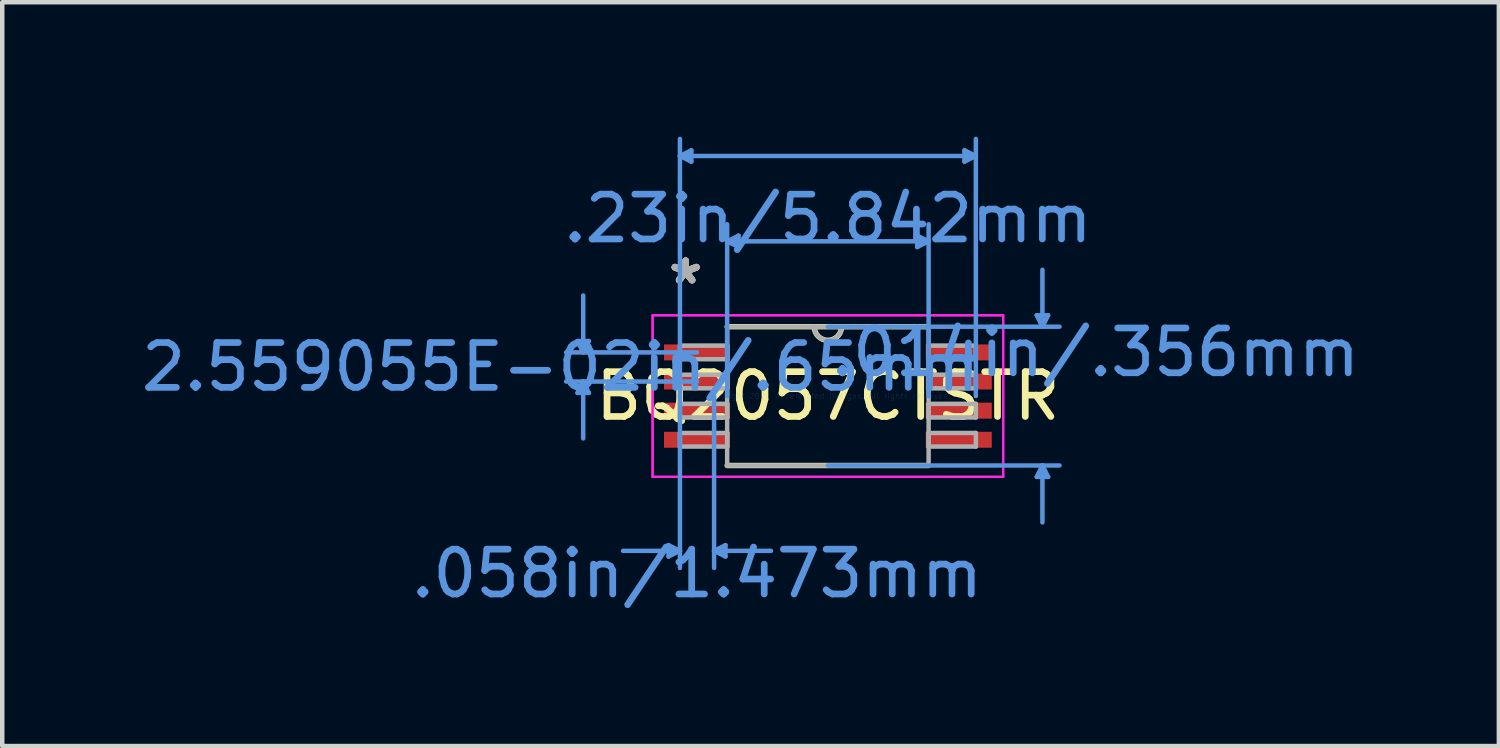
<source format=kicad_pcb>
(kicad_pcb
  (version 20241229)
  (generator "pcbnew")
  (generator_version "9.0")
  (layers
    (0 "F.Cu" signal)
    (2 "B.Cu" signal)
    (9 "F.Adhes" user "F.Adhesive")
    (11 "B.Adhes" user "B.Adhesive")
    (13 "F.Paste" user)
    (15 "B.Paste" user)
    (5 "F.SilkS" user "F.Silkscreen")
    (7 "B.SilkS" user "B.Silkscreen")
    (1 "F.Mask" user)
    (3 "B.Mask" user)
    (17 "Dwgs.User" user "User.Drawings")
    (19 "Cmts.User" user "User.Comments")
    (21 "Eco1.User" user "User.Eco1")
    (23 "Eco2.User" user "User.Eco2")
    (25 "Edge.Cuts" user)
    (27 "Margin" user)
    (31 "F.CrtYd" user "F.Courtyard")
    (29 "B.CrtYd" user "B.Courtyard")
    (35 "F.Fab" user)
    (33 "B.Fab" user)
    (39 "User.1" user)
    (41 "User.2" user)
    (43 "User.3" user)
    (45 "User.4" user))
  (footprint "BQ2057CTSTR"
    (layer "F.Cu")
    (at 15.427 5.79)
    (property "Reference" "BQ2057CTSTR" (at 0 0 0) (layer "F.SilkS") (effects (font (size 1 1) (thickness 0.15))))
    (attr through_hole)
    (fp_line (start -2.248 1.549) (end 2.248 1.549) (stroke (width 0.12) (type solid)) (layer "F.SilkS"))
    (fp_line (start 2.248 -1.549) (end -2.248 -1.549) (stroke (width 0.12) (type solid)) (layer "F.SilkS"))
    (fp_arc (start 0.3048 -1.5494) (mid 0 -1.2446) (end -0.3048 -1.5494) (stroke (width 0.12) (type solid)) (layer "F.SilkS"))
    (fp_line (start -5.588 -1.229) (end -5.334 -1.229) (stroke (width 0.1) (type solid)) (layer "Cmts.User"))
    (fp_line (start -5.588 -0.071) (end -5.334 -0.071) (stroke (width 0.1) (type solid)) (layer "Cmts.User"))
    (fp_line (start -5.461 -0.975) (end -5.588 -1.229) (stroke (width 0.1) (type solid)) (layer "Cmts.User"))
    (fp_line (start -5.461 -0.975) (end -5.461 -2.245) (stroke (width 0.1) (type solid)) (layer "Cmts.User"))
    (fp_line (start -5.461 -0.975) (end -5.334 -1.229) (stroke (width 0.1) (type solid)) (layer "Cmts.User"))
    (fp_line (start -5.461 -0.325) (end -5.588 -0.071) (stroke (width 0.1) (type solid)) (layer "Cmts.User"))
    (fp_line (start -5.461 -0.325) (end -5.461 0.945) (stroke (width 0.1) (type solid)) (layer "Cmts.User"))
    (fp_line (start -5.461 -0.325) (end -5.334 -0.071) (stroke (width 0.1) (type solid)) (layer "Cmts.User"))
    (fp_line (start -3.556 3.327) (end -3.556 3.581) (stroke (width 0.1) (type solid)) (layer "Cmts.User"))
    (fp_line (start -3.302 -5.359) (end -3.048 -5.486) (stroke (width 0.1) (type solid)) (layer "Cmts.User"))
    (fp_line (start -3.302 -5.359) (end -3.048 -5.232) (stroke (width 0.1) (type solid)) (layer "Cmts.User"))
    (fp_line (start -3.302 -5.359) (end 3.302 -5.359) (stroke (width 0.1) (type solid)) (layer "Cmts.User"))
    (fp_line (start -3.302 0) (end -3.302 -5.74) (stroke (width 0.1) (type solid)) (layer "Cmts.User"))
    (fp_line (start -3.302 0) (end -3.302 3.835) (stroke (width 0.1) (type solid)) (layer "Cmts.User"))
    (fp_line (start -3.302 3.454) (end -4.572 3.454) (stroke (width 0.1) (type solid)) (layer "Cmts.User"))
    (fp_line (start -3.302 3.454) (end -3.556 3.327) (stroke (width 0.1) (type solid)) (layer "Cmts.User"))
    (fp_line (start -3.302 3.454) (end -3.556 3.581) (stroke (width 0.1) (type solid)) (layer "Cmts.User"))
    (fp_line (start -3.048 -5.486) (end -3.048 -5.232) (stroke (width 0.1) (type solid)) (layer "Cmts.User"))
    (fp_line (start -2.921 -0.975) (end -5.842 -0.975) (stroke (width 0.1) (type solid)) (layer "Cmts.User"))
    (fp_line (start -2.921 -0.325) (end -5.842 -0.325) (stroke (width 0.1) (type solid)) (layer "Cmts.User"))
    (fp_line (start -2.54 0) (end -2.54 3.835) (stroke (width 0.1) (type solid)) (layer "Cmts.User"))
    (fp_line (start -2.54 3.454) (end -2.286 3.327) (stroke (width 0.1) (type solid)) (layer "Cmts.User"))
    (fp_line (start -2.54 3.454) (end -2.286 3.581) (stroke (width 0.1) (type solid)) (layer "Cmts.User"))
    (fp_line (start -2.54 3.454) (end -1.27 3.454) (stroke (width 0.1) (type solid)) (layer "Cmts.User"))
    (fp_line (start -2.286 3.327) (end -2.286 3.581) (stroke (width 0.1) (type solid)) (layer "Cmts.User"))
    (fp_line (start -2.248 -3.454) (end -1.994 -3.581) (stroke (width 0.1) (type solid)) (layer "Cmts.User"))
    (fp_line (start -2.248 -3.454) (end -1.994 -3.327) (stroke (width 0.1) (type solid)) (layer "Cmts.User"))
    (fp_line (start -2.248 -3.454) (end 2.248 -3.454) (stroke (width 0.1) (type solid)) (layer "Cmts.User"))
    (fp_line (start -2.248 0) (end -2.248 -3.835) (stroke (width 0.1) (type solid)) (layer "Cmts.User"))
    (fp_line (start -1.994 -3.581) (end -1.994 -3.327) (stroke (width 0.1) (type solid)) (layer "Cmts.User"))
    (fp_line (start 0 -1.549) (end 5.169 -1.549) (stroke (width 0.1) (type solid)) (layer "Cmts.User"))
    (fp_line (start 0 1.549) (end 5.169 1.549) (stroke (width 0.1) (type solid)) (layer "Cmts.User"))
    (fp_line (start 1.994 -3.581) (end 1.994 -3.327) (stroke (width 0.1) (type solid)) (layer "Cmts.User"))
    (fp_line (start 2.248 -3.454) (end 1.994 -3.581) (stroke (width 0.1) (type solid)) (layer "Cmts.User"))
    (fp_line (start 2.248 -3.454) (end 1.994 -3.327) (stroke (width 0.1) (type solid)) (layer "Cmts.User"))
    (fp_line (start 2.248 0) (end 2.248 -3.835) (stroke (width 0.1) (type solid)) (layer "Cmts.User"))
    (fp_line (start 3.048 -5.486) (end 3.048 -5.232) (stroke (width 0.1) (type solid)) (layer "Cmts.User"))
    (fp_line (start 3.302 -5.359) (end 3.048 -5.486) (stroke (width 0.1) (type solid)) (layer "Cmts.User"))
    (fp_line (start 3.302 -5.359) (end 3.048 -5.232) (stroke (width 0.1) (type solid)) (layer "Cmts.User"))
    (fp_line (start 3.302 0) (end 3.302 -5.74) (stroke (width 0.1) (type solid)) (layer "Cmts.User"))
    (fp_line (start 4.661 -1.803) (end 4.915 -1.803) (stroke (width 0.1) (type solid)) (layer "Cmts.User"))
    (fp_line (start 4.661 1.803) (end 4.915 1.803) (stroke (width 0.1) (type solid)) (layer "Cmts.User"))
    (fp_line (start 4.788 -1.549) (end 4.661 -1.803) (stroke (width 0.1) (type solid)) (layer "Cmts.User"))
    (fp_line (start 4.788 -1.549) (end 4.788 -2.819) (stroke (width 0.1) (type solid)) (layer "Cmts.User"))
    (fp_line (start 4.788 -1.549) (end 4.915 -1.803) (stroke (width 0.1) (type solid)) (layer "Cmts.User"))
    (fp_line (start 4.788 1.549) (end 4.661 1.803) (stroke (width 0.1) (type solid)) (layer "Cmts.User"))
    (fp_line (start 4.788 1.549) (end 4.788 2.819) (stroke (width 0.1) (type solid)) (layer "Cmts.User"))
    (fp_line (start 4.788 1.549) (end 4.915 1.803) (stroke (width 0.1) (type solid)) (layer "Cmts.User"))
    (fp_line (start -3.912 -1.803) (end 3.912 -1.803) (stroke (width 0.05) (type solid)) (layer "F.CrtYd"))
    (fp_line (start -3.912 -1.803) (end 3.912 -1.803) (stroke (width 0.05) (type solid)) (layer "F.CrtYd"))
    (fp_line (start -3.912 1.803) (end -3.912 -1.803) (stroke (width 0.05) (type solid)) (layer "F.CrtYd"))
    (fp_line (start -3.912 1.803) (end -3.912 -1.803) (stroke (width 0.05) (type solid)) (layer "F.CrtYd"))
    (fp_line (start 3.912 -1.803) (end 3.912 1.803) (stroke (width 0.05) (type solid)) (layer "F.CrtYd"))
    (fp_line (start 3.912 -1.803) (end 3.912 1.803) (stroke (width 0.05) (type solid)) (layer "F.CrtYd"))
    (fp_line (start 3.912 1.803) (end -3.912 1.803) (stroke (width 0.05) (type solid)) (layer "F.CrtYd"))
    (fp_line (start 3.912 1.803) (end -3.912 1.803) (stroke (width 0.05) (type solid)) (layer "F.CrtYd"))
    (fp_line (start -3.302 -1.127) (end -3.302 -0.823) (stroke (width 0.1) (type solid)) (layer "F.Fab"))
    (fp_line (start -3.302 -0.823) (end -2.248 -0.823) (stroke (width 0.1) (type solid)) (layer "F.Fab"))
    (fp_line (start -3.302 -0.477) (end -3.302 -0.173) (stroke (width 0.1) (type solid)) (layer "F.Fab"))
    (fp_line (start -3.302 -0.173) (end -2.248 -0.173) (stroke (width 0.1) (type solid)) (layer "F.Fab"))
    (fp_line (start -3.302 0.173) (end -3.302 0.477) (stroke (width 0.1) (type solid)) (layer "F.Fab"))
    (fp_line (start -3.302 0.477) (end -2.248 0.477) (stroke (width 0.1) (type solid)) (layer "F.Fab"))
    (fp_line (start -3.302 0.823) (end -3.302 1.127) (stroke (width 0.1) (type solid)) (layer "F.Fab"))
    (fp_line (start -3.302 1.127) (end -2.248 1.127) (stroke (width 0.1) (type solid)) (layer "F.Fab"))
    (fp_line (start -2.248 -1.549) (end -2.248 1.549) (stroke (width 0.1) (type solid)) (layer "F.Fab"))
    (fp_line (start -2.248 -1.127) (end -3.302 -1.127) (stroke (width 0.1) (type solid)) (layer "F.Fab"))
    (fp_line (start -2.248 -0.823) (end -2.248 -1.127) (stroke (width 0.1) (type solid)) (layer "F.Fab"))
    (fp_line (start -2.248 -0.477) (end -3.302 -0.477) (stroke (width 0.1) (type solid)) (layer "F.Fab"))
    (fp_line (start -2.248 -0.173) (end -2.248 -0.477) (stroke (width 0.1) (type solid)) (layer "F.Fab"))
    (fp_line (start -2.248 0.173) (end -3.302 0.173) (stroke (width 0.1) (type solid)) (layer "F.Fab"))
    (fp_line (start -2.248 0.477) (end -2.248 0.173) (stroke (width 0.1) (type solid)) (layer "F.Fab"))
    (fp_line (start -2.248 0.823) (end -3.302 0.823) (stroke (width 0.1) (type solid)) (layer "F.Fab"))
    (fp_line (start -2.248 1.127) (end -2.248 0.823) (stroke (width 0.1) (type solid)) (layer "F.Fab"))
    (fp_line (start -2.248 1.549) (end 2.248 1.549) (stroke (width 0.1) (type solid)) (layer "F.Fab"))
    (fp_line (start 2.248 -1.549) (end -2.248 -1.549) (stroke (width 0.1) (type solid)) (layer "F.Fab"))
    (fp_line (start 2.248 -1.127) (end 2.248 -0.823) (stroke (width 0.1) (type solid)) (layer "F.Fab"))
    (fp_line (start 2.248 -0.823) (end 3.302 -0.823) (stroke (width 0.1) (type solid)) (layer "F.Fab"))
    (fp_line (start 2.248 -0.477) (end 2.248 -0.173) (stroke (width 0.1) (type solid)) (layer "F.Fab"))
    (fp_line (start 2.248 -0.173) (end 3.302 -0.173) (stroke (width 0.1) (type solid)) (layer "F.Fab"))
    (fp_line (start 2.248 0.173) (end 2.248 0.477) (stroke (width 0.1) (type solid)) (layer "F.Fab"))
    (fp_line (start 2.248 0.477) (end 3.302 0.477) (stroke (width 0.1) (type solid)) (layer "F.Fab"))
    (fp_line (start 2.248 0.823) (end 2.248 1.127) (stroke (width 0.1) (type solid)) (layer "F.Fab"))
    (fp_line (start 2.248 1.127) (end 3.302 1.127) (stroke (width 0.1) (type solid)) (layer "F.Fab"))
    (fp_line (start 2.248 1.549) (end 2.248 -1.549) (stroke (width 0.1) (type solid)) (layer "F.Fab"))
    (fp_line (start 3.302 -1.127) (end 2.248 -1.127) (stroke (width 0.1) (type solid)) (layer "F.Fab"))
    (fp_line (start 3.302 -0.823) (end 3.302 -1.127) (stroke (width 0.1) (type solid)) (layer "F.Fab"))
    (fp_line (start 3.302 -0.477) (end 2.248 -0.477) (stroke (width 0.1) (type solid)) (layer "F.Fab"))
    (fp_line (start 3.302 -0.173) (end 3.302 -0.477) (stroke (width 0.1) (type solid)) (layer "F.Fab"))
    (fp_line (start 3.302 0.173) (end 2.248 0.173) (stroke (width 0.1) (type solid)) (layer "F.Fab"))
    (fp_line (start 3.302 0.477) (end 3.302 0.173) (stroke (width 0.1) (type solid)) (layer "F.Fab"))
    (fp_line (start 3.302 0.823) (end 2.248 0.823) (stroke (width 0.1) (type solid)) (layer "F.Fab"))
    (fp_line (start 3.302 1.127) (end 3.302 0.823) (stroke (width 0.1) (type solid)) (layer "F.Fab"))
    (fp_arc (start 0.3048 -1.5494) (mid 0 -1.2446) (end -0.3048 -1.5494) (stroke (width 0.1) (type solid)) (layer "F.Fab"))
    (fp_text user "*" (at -3.175 -2.474 0) (layer "F.SilkS") (effects (font (size 1 1) (thickness 0.15))))
    (fp_text user "*" (at -3.175 -2.474 0) (layer "F.SilkS") (effects (font (size 1 1) (thickness 0.15))))
    (fp_text user "Copyright 2021 Accelerated Designs. All rights reserved." (at 0 0 0) (layer "Cmts.User") (effects (font (size 0.127 0.127) (thickness 0.002))))
    (fp_text user ".058in/1.473mm" (at -2.921 3.962 0) (layer "Cmts.User") (effects (font (size 1 1) (thickness 0.15))))
    (fp_text user ".014in/.356mm" (at 5.969 -0.975 0) (layer "Cmts.User") (effects (font (size 1 1) (thickness 0.15))))
    (fp_text user "2.559055E-02in/.65mm" (at -5.969 -0.65 0) (layer "Cmts.User") (effects (font (size 1 1) (thickness 0.15))))
    (fp_text user ".23in/5.842mm" (at 0 -3.962 0) (layer "Cmts.User") (effects (font (size 1 1) (thickness 0.15))))
    (fp_text user "*" (at -3.175 -2.474 0) (layer "F.Fab") (effects (font (size 1 1) (thickness 0.15))))
    (fp_text user "*" (at -3.175 -2.474 0) (layer "F.Fab") (effects (font (size 1 1) (thickness 0.15))))
    (pad "1" smd rect (at -2.921 -0.975) (size 1.473 0.356) (layers "F.Cu" "F.Mask" "F.Paste"))
    (pad "2" smd rect (at -2.921 -0.325) (size 1.473 0.356) (layers "F.Cu" "F.Mask" "F.Paste"))
    (pad "3" smd rect (at -2.921 0.325) (size 1.473 0.356) (layers "F.Cu" "F.Mask" "F.Paste"))
    (pad "4" smd rect (at -2.921 0.975) (size 1.473 0.356) (layers "F.Cu" "F.Mask" "F.Paste"))
    (pad "5" smd rect (at 2.921 0.975) (size 1.473 0.356) (layers "F.Cu" "F.Mask" "F.Paste"))
    (pad "6" smd rect (at 2.921 0.325) (size 1.473 0.356) (layers "F.Cu" "F.Mask" "F.Paste"))
    (pad "7" smd rect (at 2.921 -0.325) (size 1.473 0.356) (layers "F.Cu" "F.Mask" "F.Paste"))
    (pad "8" smd rect (at 2.921 -0.975) (size 1.473 0.356) (layers "F.Cu" "F.Mask" "F.Paste")))
  (gr_rect
    (start -3 -3)
    (end 30.402 13.601)
    (stroke (width 0.1) (type default))
    (fill no)
    (layer "Edge.Cuts")))
</source>
